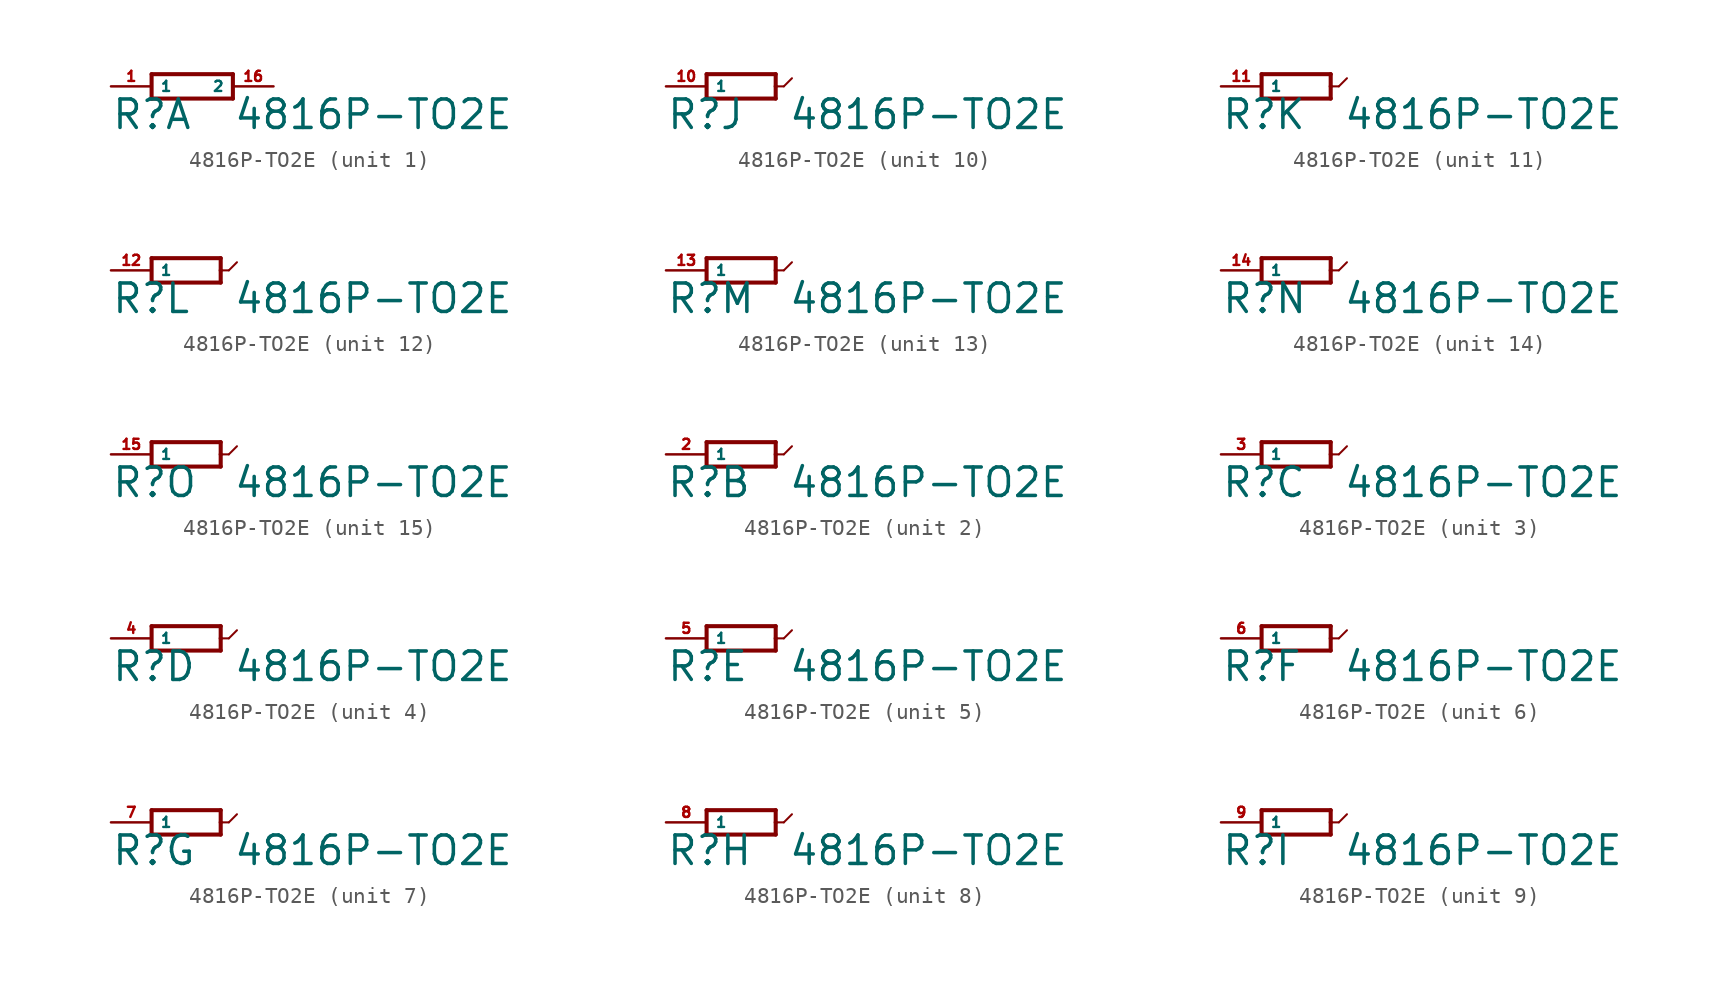
<source format=kicad_sym>
(kicad_symbol_lib
  (version 20220914)
  (generator Eagle2Kicad)
  (symbol "4816P-TO2E"
    (property "Reference" "R"
      (at -5.08 -2.794 0)
      (effects (font (size 1.778 1.778) (thickness 0.22)) (justify left bottom)))
    (property "Value" "4816P-TO2E"
      (at 2.54 -2.794 0)
      (effects (font (size 1.778 1.778) (thickness 0.22)) (justify left bottom)))
    (symbol "4816P-TO2E_1_0"
      (polyline (pts (xy -2.54 -0.762) (xy 2.54 -0.762)) (stroke (width 0.254) (type default)) (fill (type none)))
      (polyline (pts (xy 2.54 0.762) (xy -2.54 0.762)) (stroke (width 0.254) (type default)) (fill (type none)))
      (polyline (pts (xy 2.54 -0.762) (xy 2.54 0.762)) (stroke (width 0.254) (type default)) (fill (type none)))
      (polyline (pts (xy -2.54 0.762) (xy -2.54 -0.762)) (stroke (width 0.254) (type default)) (fill (type none)))
      (pin passive line (at -5.08 0 0) (length 2.54) (name "1" (effects (font (size 0.635 0.635) (thickness 0.08)) (justify left bottom))) (number "1" (effects (font (size 0.635 0.635) (thickness 0.08)) (justify left bottom))))
      (pin passive line (at 5.08 0 180) (length 2.54) (name "2" (effects (font (size 0.635 0.635) (thickness 0.08)) (justify left bottom))) (number "16" (effects (font (size 0.635 0.635) (thickness 0.08)) (justify left bottom)))))
    (symbol "4816P-TO2E_2_0"
      (polyline (pts (xy -2.54 -0.762) (xy 1.778 -0.762)) (stroke (width 0.254) (type default)) (fill (type none)))
      (polyline (pts (xy 1.778 0.762) (xy -2.54 0.762)) (stroke (width 0.254) (type default)) (fill (type none)))
      (polyline (pts (xy -2.54 0.762) (xy -2.54 -0.762)) (stroke (width 0.254) (type default)) (fill (type none)))
      (polyline (pts (xy 1.778 0.762) (xy 1.778 0)) (stroke (width 0.254) (type default)) (fill (type none)))
      (polyline (pts (xy 1.778 0) (xy 1.778 -0.762)) (stroke (width 0.254) (type default)) (fill (type none)))
      (polyline (pts (xy 1.778 0) (xy 2.286 0)) (stroke (width 0.127) (type default)) (fill (type none)))
      (polyline (pts (xy 2.286 0) (xy 2.794 0.508)) (stroke (width 0.127) (type default)) (fill (type none)))
      (pin passive line (at -5.08 0 0) (length 2.54) (name "1" (effects (font (size 0.635 0.635) (thickness 0.08)) (justify left bottom))) (number "2" (effects (font (size 0.635 0.635) (thickness 0.08)) (justify left bottom)))))
    (symbol "4816P-TO2E_3_0"
      (polyline (pts (xy -2.54 -0.762) (xy 1.778 -0.762)) (stroke (width 0.254) (type default)) (fill (type none)))
      (polyline (pts (xy 1.778 0.762) (xy -2.54 0.762)) (stroke (width 0.254) (type default)) (fill (type none)))
      (polyline (pts (xy -2.54 0.762) (xy -2.54 -0.762)) (stroke (width 0.254) (type default)) (fill (type none)))
      (polyline (pts (xy 1.778 0.762) (xy 1.778 0)) (stroke (width 0.254) (type default)) (fill (type none)))
      (polyline (pts (xy 1.778 0) (xy 1.778 -0.762)) (stroke (width 0.254) (type default)) (fill (type none)))
      (polyline (pts (xy 1.778 0) (xy 2.286 0)) (stroke (width 0.127) (type default)) (fill (type none)))
      (polyline (pts (xy 2.286 0) (xy 2.794 0.508)) (stroke (width 0.127) (type default)) (fill (type none)))
      (pin passive line (at -5.08 0 0) (length 2.54) (name "1" (effects (font (size 0.635 0.635) (thickness 0.08)) (justify left bottom))) (number "3" (effects (font (size 0.635 0.635) (thickness 0.08)) (justify left bottom)))))
    (symbol "4816P-TO2E_4_0"
      (polyline (pts (xy -2.54 -0.762) (xy 1.778 -0.762)) (stroke (width 0.254) (type default)) (fill (type none)))
      (polyline (pts (xy 1.778 0.762) (xy -2.54 0.762)) (stroke (width 0.254) (type default)) (fill (type none)))
      (polyline (pts (xy -2.54 0.762) (xy -2.54 -0.762)) (stroke (width 0.254) (type default)) (fill (type none)))
      (polyline (pts (xy 1.778 0.762) (xy 1.778 0)) (stroke (width 0.254) (type default)) (fill (type none)))
      (polyline (pts (xy 1.778 0) (xy 1.778 -0.762)) (stroke (width 0.254) (type default)) (fill (type none)))
      (polyline (pts (xy 1.778 0) (xy 2.286 0)) (stroke (width 0.127) (type default)) (fill (type none)))
      (polyline (pts (xy 2.286 0) (xy 2.794 0.508)) (stroke (width 0.127) (type default)) (fill (type none)))
      (pin passive line (at -5.08 0 0) (length 2.54) (name "1" (effects (font (size 0.635 0.635) (thickness 0.08)) (justify left bottom))) (number "4" (effects (font (size 0.635 0.635) (thickness 0.08)) (justify left bottom)))))
    (symbol "4816P-TO2E_5_0"
      (polyline (pts (xy -2.54 -0.762) (xy 1.778 -0.762)) (stroke (width 0.254) (type default)) (fill (type none)))
      (polyline (pts (xy 1.778 0.762) (xy -2.54 0.762)) (stroke (width 0.254) (type default)) (fill (type none)))
      (polyline (pts (xy -2.54 0.762) (xy -2.54 -0.762)) (stroke (width 0.254) (type default)) (fill (type none)))
      (polyline (pts (xy 1.778 0.762) (xy 1.778 0)) (stroke (width 0.254) (type default)) (fill (type none)))
      (polyline (pts (xy 1.778 0) (xy 1.778 -0.762)) (stroke (width 0.254) (type default)) (fill (type none)))
      (polyline (pts (xy 1.778 0) (xy 2.286 0)) (stroke (width 0.127) (type default)) (fill (type none)))
      (polyline (pts (xy 2.286 0) (xy 2.794 0.508)) (stroke (width 0.127) (type default)) (fill (type none)))
      (pin passive line (at -5.08 0 0) (length 2.54) (name "1" (effects (font (size 0.635 0.635) (thickness 0.08)) (justify left bottom))) (number "5" (effects (font (size 0.635 0.635) (thickness 0.08)) (justify left bottom)))))
    (symbol "4816P-TO2E_6_0"
      (polyline (pts (xy -2.54 -0.762) (xy 1.778 -0.762)) (stroke (width 0.254) (type default)) (fill (type none)))
      (polyline (pts (xy 1.778 0.762) (xy -2.54 0.762)) (stroke (width 0.254) (type default)) (fill (type none)))
      (polyline (pts (xy -2.54 0.762) (xy -2.54 -0.762)) (stroke (width 0.254) (type default)) (fill (type none)))
      (polyline (pts (xy 1.778 0.762) (xy 1.778 0)) (stroke (width 0.254) (type default)) (fill (type none)))
      (polyline (pts (xy 1.778 0) (xy 1.778 -0.762)) (stroke (width 0.254) (type default)) (fill (type none)))
      (polyline (pts (xy 1.778 0) (xy 2.286 0)) (stroke (width 0.127) (type default)) (fill (type none)))
      (polyline (pts (xy 2.286 0) (xy 2.794 0.508)) (stroke (width 0.127) (type default)) (fill (type none)))
      (pin passive line (at -5.08 0 0) (length 2.54) (name "1" (effects (font (size 0.635 0.635) (thickness 0.08)) (justify left bottom))) (number "6" (effects (font (size 0.635 0.635) (thickness 0.08)) (justify left bottom)))))
    (symbol "4816P-TO2E_7_0"
      (polyline (pts (xy -2.54 -0.762) (xy 1.778 -0.762)) (stroke (width 0.254) (type default)) (fill (type none)))
      (polyline (pts (xy 1.778 0.762) (xy -2.54 0.762)) (stroke (width 0.254) (type default)) (fill (type none)))
      (polyline (pts (xy -2.54 0.762) (xy -2.54 -0.762)) (stroke (width 0.254) (type default)) (fill (type none)))
      (polyline (pts (xy 1.778 0.762) (xy 1.778 0)) (stroke (width 0.254) (type default)) (fill (type none)))
      (polyline (pts (xy 1.778 0) (xy 1.778 -0.762)) (stroke (width 0.254) (type default)) (fill (type none)))
      (polyline (pts (xy 1.778 0) (xy 2.286 0)) (stroke (width 0.127) (type default)) (fill (type none)))
      (polyline (pts (xy 2.286 0) (xy 2.794 0.508)) (stroke (width 0.127) (type default)) (fill (type none)))
      (pin passive line (at -5.08 0 0) (length 2.54) (name "1" (effects (font (size 0.635 0.635) (thickness 0.08)) (justify left bottom))) (number "7" (effects (font (size 0.635 0.635) (thickness 0.08)) (justify left bottom)))))
    (symbol "4816P-TO2E_8_0"
      (polyline (pts (xy -2.54 -0.762) (xy 1.778 -0.762)) (stroke (width 0.254) (type default)) (fill (type none)))
      (polyline (pts (xy 1.778 0.762) (xy -2.54 0.762)) (stroke (width 0.254) (type default)) (fill (type none)))
      (polyline (pts (xy -2.54 0.762) (xy -2.54 -0.762)) (stroke (width 0.254) (type default)) (fill (type none)))
      (polyline (pts (xy 1.778 0.762) (xy 1.778 0)) (stroke (width 0.254) (type default)) (fill (type none)))
      (polyline (pts (xy 1.778 0) (xy 1.778 -0.762)) (stroke (width 0.254) (type default)) (fill (type none)))
      (polyline (pts (xy 1.778 0) (xy 2.286 0)) (stroke (width 0.127) (type default)) (fill (type none)))
      (polyline (pts (xy 2.286 0) (xy 2.794 0.508)) (stroke (width 0.127) (type default)) (fill (type none)))
      (pin passive line (at -5.08 0 0) (length 2.54) (name "1" (effects (font (size 0.635 0.635) (thickness 0.08)) (justify left bottom))) (number "8" (effects (font (size 0.635 0.635) (thickness 0.08)) (justify left bottom)))))
    (symbol "4816P-TO2E_9_0"
      (polyline (pts (xy -2.54 -0.762) (xy 1.778 -0.762)) (stroke (width 0.254) (type default)) (fill (type none)))
      (polyline (pts (xy 1.778 0.762) (xy -2.54 0.762)) (stroke (width 0.254) (type default)) (fill (type none)))
      (polyline (pts (xy -2.54 0.762) (xy -2.54 -0.762)) (stroke (width 0.254) (type default)) (fill (type none)))
      (polyline (pts (xy 1.778 0.762) (xy 1.778 0)) (stroke (width 0.254) (type default)) (fill (type none)))
      (polyline (pts (xy 1.778 0) (xy 1.778 -0.762)) (stroke (width 0.254) (type default)) (fill (type none)))
      (polyline (pts (xy 1.778 0) (xy 2.286 0)) (stroke (width 0.127) (type default)) (fill (type none)))
      (polyline (pts (xy 2.286 0) (xy 2.794 0.508)) (stroke (width 0.127) (type default)) (fill (type none)))
      (pin passive line (at -5.08 0 0) (length 2.54) (name "1" (effects (font (size 0.635 0.635) (thickness 0.08)) (justify left bottom))) (number "9" (effects (font (size 0.635 0.635) (thickness 0.08)) (justify left bottom)))))
    (symbol "4816P-TO2E_10_0"
      (polyline (pts (xy -2.54 -0.762) (xy 1.778 -0.762)) (stroke (width 0.254) (type default)) (fill (type none)))
      (polyline (pts (xy 1.778 0.762) (xy -2.54 0.762)) (stroke (width 0.254) (type default)) (fill (type none)))
      (polyline (pts (xy -2.54 0.762) (xy -2.54 -0.762)) (stroke (width 0.254) (type default)) (fill (type none)))
      (polyline (pts (xy 1.778 0.762) (xy 1.778 0)) (stroke (width 0.254) (type default)) (fill (type none)))
      (polyline (pts (xy 1.778 0) (xy 1.778 -0.762)) (stroke (width 0.254) (type default)) (fill (type none)))
      (polyline (pts (xy 1.778 0) (xy 2.286 0)) (stroke (width 0.127) (type default)) (fill (type none)))
      (polyline (pts (xy 2.286 0) (xy 2.794 0.508)) (stroke (width 0.127) (type default)) (fill (type none)))
      (pin passive line (at -5.08 0 0) (length 2.54) (name "1" (effects (font (size 0.635 0.635) (thickness 0.08)) (justify left bottom))) (number "10" (effects (font (size 0.635 0.635) (thickness 0.08)) (justify left bottom)))))
    (symbol "4816P-TO2E_11_0"
      (polyline (pts (xy -2.54 -0.762) (xy 1.778 -0.762)) (stroke (width 0.254) (type default)) (fill (type none)))
      (polyline (pts (xy 1.778 0.762) (xy -2.54 0.762)) (stroke (width 0.254) (type default)) (fill (type none)))
      (polyline (pts (xy -2.54 0.762) (xy -2.54 -0.762)) (stroke (width 0.254) (type default)) (fill (type none)))
      (polyline (pts (xy 1.778 0.762) (xy 1.778 0)) (stroke (width 0.254) (type default)) (fill (type none)))
      (polyline (pts (xy 1.778 0) (xy 1.778 -0.762)) (stroke (width 0.254) (type default)) (fill (type none)))
      (polyline (pts (xy 1.778 0) (xy 2.286 0)) (stroke (width 0.127) (type default)) (fill (type none)))
      (polyline (pts (xy 2.286 0) (xy 2.794 0.508)) (stroke (width 0.127) (type default)) (fill (type none)))
      (pin passive line (at -5.08 0 0) (length 2.54) (name "1" (effects (font (size 0.635 0.635) (thickness 0.08)) (justify left bottom))) (number "11" (effects (font (size 0.635 0.635) (thickness 0.08)) (justify left bottom)))))
    (symbol "4816P-TO2E_12_0"
      (polyline (pts (xy -2.54 -0.762) (xy 1.778 -0.762)) (stroke (width 0.254) (type default)) (fill (type none)))
      (polyline (pts (xy 1.778 0.762) (xy -2.54 0.762)) (stroke (width 0.254) (type default)) (fill (type none)))
      (polyline (pts (xy -2.54 0.762) (xy -2.54 -0.762)) (stroke (width 0.254) (type default)) (fill (type none)))
      (polyline (pts (xy 1.778 0.762) (xy 1.778 0)) (stroke (width 0.254) (type default)) (fill (type none)))
      (polyline (pts (xy 1.778 0) (xy 1.778 -0.762)) (stroke (width 0.254) (type default)) (fill (type none)))
      (polyline (pts (xy 1.778 0) (xy 2.286 0)) (stroke (width 0.127) (type default)) (fill (type none)))
      (polyline (pts (xy 2.286 0) (xy 2.794 0.508)) (stroke (width 0.127) (type default)) (fill (type none)))
      (pin passive line (at -5.08 0 0) (length 2.54) (name "1" (effects (font (size 0.635 0.635) (thickness 0.08)) (justify left bottom))) (number "12" (effects (font (size 0.635 0.635) (thickness 0.08)) (justify left bottom)))))
    (symbol "4816P-TO2E_13_0"
      (polyline (pts (xy -2.54 -0.762) (xy 1.778 -0.762)) (stroke (width 0.254) (type default)) (fill (type none)))
      (polyline (pts (xy 1.778 0.762) (xy -2.54 0.762)) (stroke (width 0.254) (type default)) (fill (type none)))
      (polyline (pts (xy -2.54 0.762) (xy -2.54 -0.762)) (stroke (width 0.254) (type default)) (fill (type none)))
      (polyline (pts (xy 1.778 0.762) (xy 1.778 0)) (stroke (width 0.254) (type default)) (fill (type none)))
      (polyline (pts (xy 1.778 0) (xy 1.778 -0.762)) (stroke (width 0.254) (type default)) (fill (type none)))
      (polyline (pts (xy 1.778 0) (xy 2.286 0)) (stroke (width 0.127) (type default)) (fill (type none)))
      (polyline (pts (xy 2.286 0) (xy 2.794 0.508)) (stroke (width 0.127) (type default)) (fill (type none)))
      (pin passive line (at -5.08 0 0) (length 2.54) (name "1" (effects (font (size 0.635 0.635) (thickness 0.08)) (justify left bottom))) (number "13" (effects (font (size 0.635 0.635) (thickness 0.08)) (justify left bottom)))))
    (symbol "4816P-TO2E_14_0"
      (polyline (pts (xy -2.54 -0.762) (xy 1.778 -0.762)) (stroke (width 0.254) (type default)) (fill (type none)))
      (polyline (pts (xy 1.778 0.762) (xy -2.54 0.762)) (stroke (width 0.254) (type default)) (fill (type none)))
      (polyline (pts (xy -2.54 0.762) (xy -2.54 -0.762)) (stroke (width 0.254) (type default)) (fill (type none)))
      (polyline (pts (xy 1.778 0.762) (xy 1.778 0)) (stroke (width 0.254) (type default)) (fill (type none)))
      (polyline (pts (xy 1.778 0) (xy 1.778 -0.762)) (stroke (width 0.254) (type default)) (fill (type none)))
      (polyline (pts (xy 1.778 0) (xy 2.286 0)) (stroke (width 0.127) (type default)) (fill (type none)))
      (polyline (pts (xy 2.286 0) (xy 2.794 0.508)) (stroke (width 0.127) (type default)) (fill (type none)))
      (pin passive line (at -5.08 0 0) (length 2.54) (name "1" (effects (font (size 0.635 0.635) (thickness 0.08)) (justify left bottom))) (number "14" (effects (font (size 0.635 0.635) (thickness 0.08)) (justify left bottom)))))
    (symbol "4816P-TO2E_15_0"
      (polyline (pts (xy -2.54 -0.762) (xy 1.778 -0.762)) (stroke (width 0.254) (type default)) (fill (type none)))
      (polyline (pts (xy 1.778 0.762) (xy -2.54 0.762)) (stroke (width 0.254) (type default)) (fill (type none)))
      (polyline (pts (xy -2.54 0.762) (xy -2.54 -0.762)) (stroke (width 0.254) (type default)) (fill (type none)))
      (polyline (pts (xy 1.778 0.762) (xy 1.778 0)) (stroke (width 0.254) (type default)) (fill (type none)))
      (polyline (pts (xy 1.778 0) (xy 1.778 -0.762)) (stroke (width 0.254) (type default)) (fill (type none)))
      (polyline (pts (xy 1.778 0) (xy 2.286 0)) (stroke (width 0.127) (type default)) (fill (type none)))
      (polyline (pts (xy 2.286 0) (xy 2.794 0.508)) (stroke (width 0.127) (type default)) (fill (type none)))
      (pin passive line (at -5.08 0 0) (length 2.54) (name "1" (effects (font (size 0.635 0.635) (thickness 0.08)) (justify left bottom))) (number "15" (effects (font (size 0.635 0.635) (thickness 0.08)) (justify left bottom)))))))
</source>
